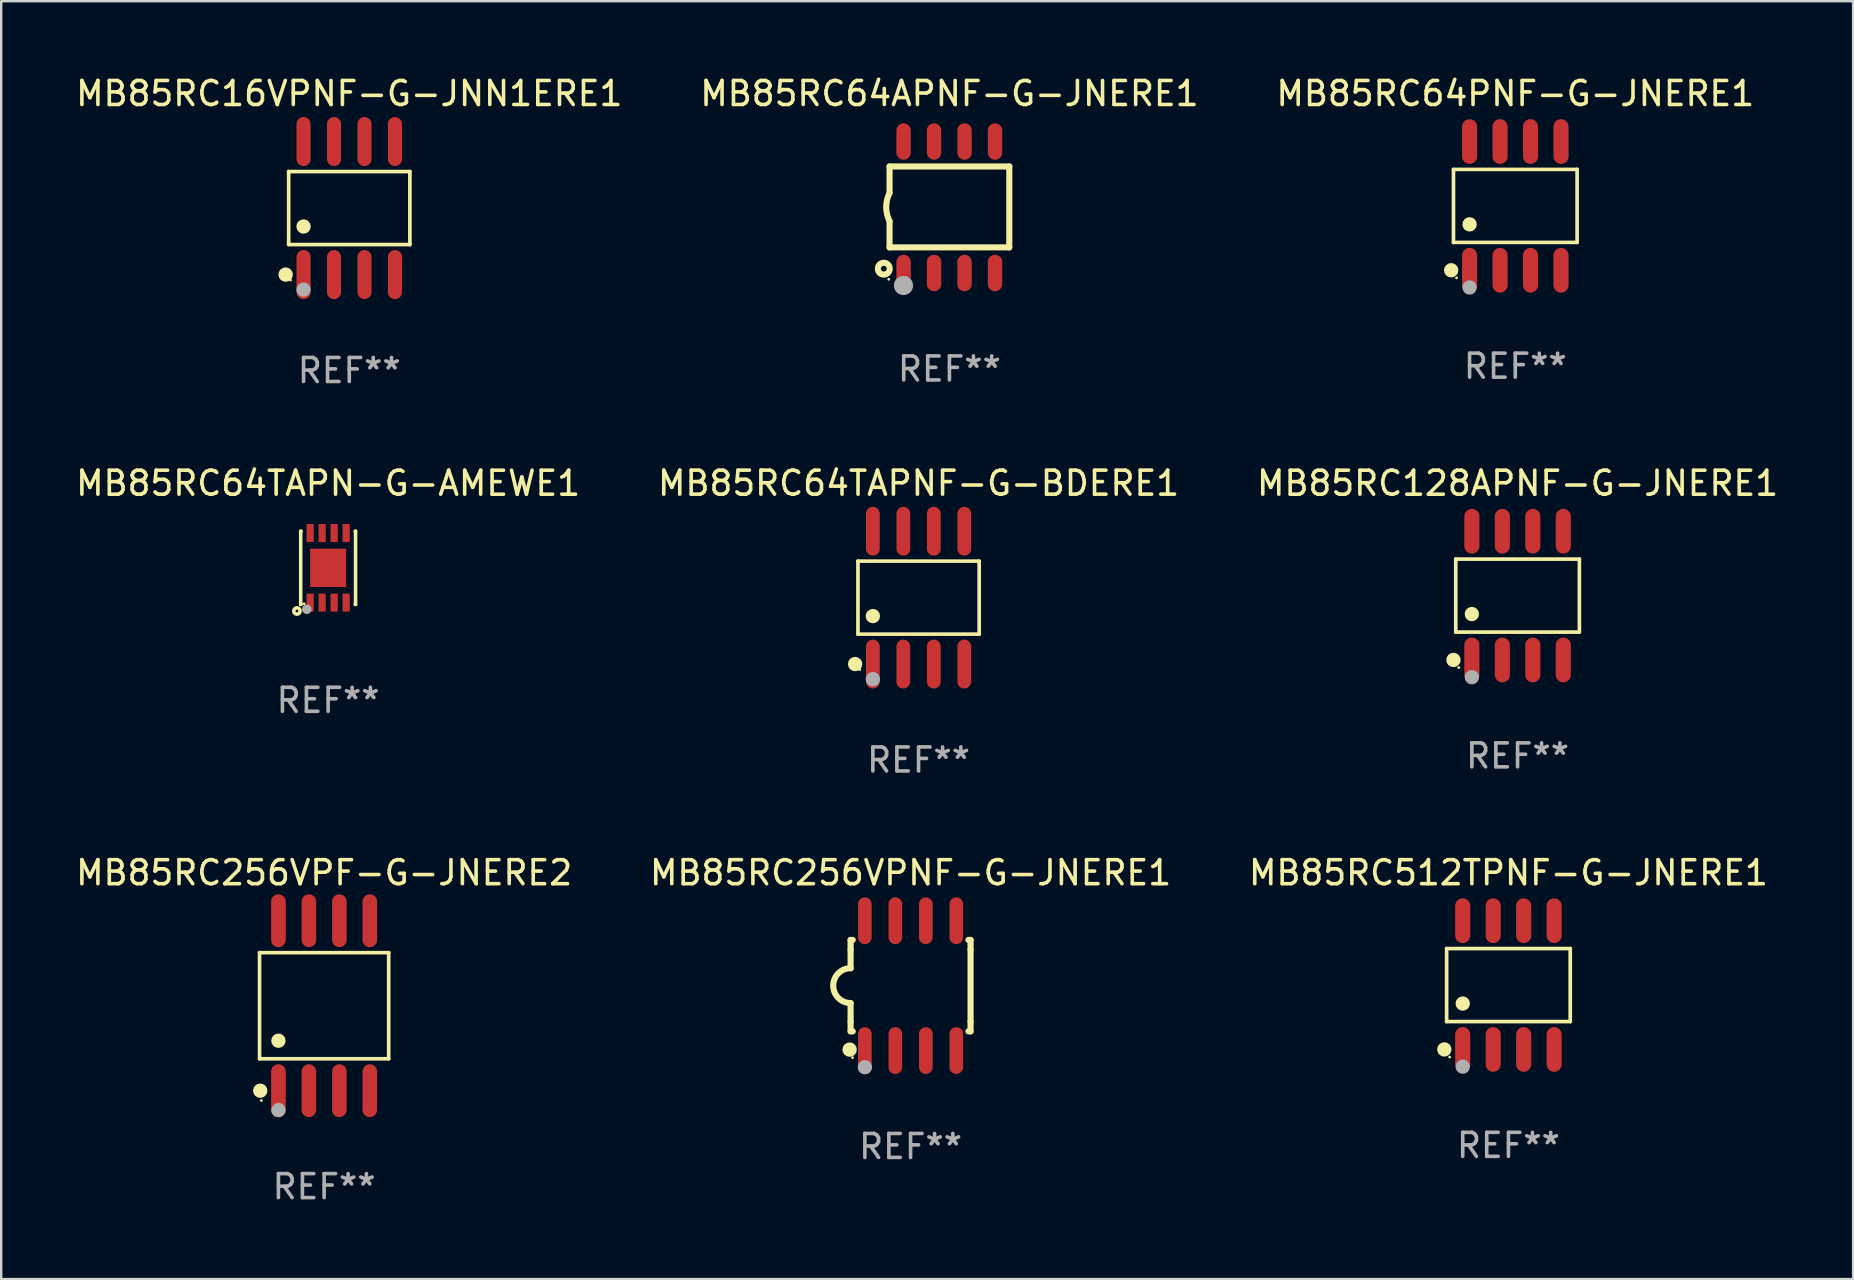
<source format=kicad_pcb>
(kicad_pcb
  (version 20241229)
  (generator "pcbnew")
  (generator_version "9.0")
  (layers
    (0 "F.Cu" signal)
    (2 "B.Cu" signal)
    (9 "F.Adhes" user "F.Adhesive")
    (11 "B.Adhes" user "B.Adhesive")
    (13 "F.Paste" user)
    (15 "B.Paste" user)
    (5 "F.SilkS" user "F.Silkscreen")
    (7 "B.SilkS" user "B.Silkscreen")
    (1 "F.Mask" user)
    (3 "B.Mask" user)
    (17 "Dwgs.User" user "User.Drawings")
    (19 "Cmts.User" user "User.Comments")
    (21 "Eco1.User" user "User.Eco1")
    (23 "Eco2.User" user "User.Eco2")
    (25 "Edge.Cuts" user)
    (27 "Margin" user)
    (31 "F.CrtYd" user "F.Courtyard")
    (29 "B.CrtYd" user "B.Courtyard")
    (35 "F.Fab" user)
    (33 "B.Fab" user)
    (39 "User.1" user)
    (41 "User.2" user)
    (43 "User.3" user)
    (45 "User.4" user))
  (footprint "MB85RC64PNF-G-JNERE1"
    (layer "F.Cu")
    (at 60.101 5.531)
    (property "Reference" "MB85RC64PNF-G-JNERE1" (at 0 -4.682 0) (layer "F.SilkS") (effects (font (size 1 1) (thickness 0.15))))
    (attr through_hole)
    (fp_line (start -2.576 -1.521) (end 2.576 -1.521) (stroke (width 0.152) (type solid)) (layer "F.SilkS"))
    (fp_line (start -2.576 1.521) (end -2.576 -1.521) (stroke (width 0.152) (type solid)) (layer "F.SilkS"))
    (fp_line (start 2.576 -1.521) (end 2.576 1.521) (stroke (width 0.152) (type solid)) (layer "F.SilkS"))
    (fp_line (start 2.576 1.521) (end -2.576 1.521) (stroke (width 0.152) (type solid)) (layer "F.SilkS"))
    (fp_circle (center -2.672 2.682) (end -2.522 2.682) (stroke (width 0.3) (type solid)) (fill no) (layer "F.SilkS"))
    (fp_circle (center -2.45 3) (end -2.42 3) (stroke (width 0.06) (type solid)) (fill no) (layer "F.SilkS"))
    (fp_circle (center -1.905 0.769) (end -1.755 0.769) (stroke (width 0.3) (type solid)) (fill no) (layer "F.SilkS"))
    (fp_circle (center -1.905 3.4) (end -1.755 3.4) (stroke (width 0.3) (type solid)) (fill no) (layer "F.Fab"))
    (fp_text user "REF**" (at 0 6.682 0) (layer "F.Fab") (effects (font (size 1 1) (thickness 0.15))))
    (pad "1" smd oval (at -1.905 2.682) (size 0.63 1.865) (layers "F.Cu" "F.Mask" "F.Paste"))
    (pad "2" smd oval (at -0.635 2.682) (size 0.63 1.865) (layers "F.Cu" "F.Mask" "F.Paste"))
    (pad "3" smd oval (at 0.635 2.682) (size 0.63 1.865) (layers "F.Cu" "F.Mask" "F.Paste"))
    (pad "4" smd oval (at 1.905 2.682) (size 0.63 1.865) (layers "F.Cu" "F.Mask" "F.Paste"))
    (pad "5" smd oval (at 1.905 -2.682) (size 0.63 1.865) (layers "F.Cu" "F.Mask" "F.Paste"))
    (pad "6" smd oval (at 0.635 -2.682) (size 0.63 1.865) (layers "F.Cu" "F.Mask" "F.Paste"))
    (pad "7" smd oval (at -0.635 -2.682) (size 0.63 1.865) (layers "F.Cu" "F.Mask" "F.Paste"))
    (pad "8" smd oval (at -1.905 -2.682) (size 0.63 1.865) (layers "F.Cu" "F.Mask" "F.Paste")))
  (footprint "MB85RC512TPNF-G-JNERE1"
    (layer "F.Cu")
    (at 59.815 38.004)
    (property "Reference" "MB85RC512TPNF-G-JNERE1" (at 0 -4.682 0) (layer "F.SilkS") (effects (font (size 1 1) (thickness 0.15))))
    (attr through_hole)
    (fp_line (start -2.576 -1.521) (end 2.576 -1.521) (stroke (width 0.152) (type solid)) (layer "F.SilkS"))
    (fp_line (start -2.576 1.521) (end -2.576 -1.521) (stroke (width 0.152) (type solid)) (layer "F.SilkS"))
    (fp_line (start 2.576 -1.521) (end 2.576 1.521) (stroke (width 0.152) (type solid)) (layer "F.SilkS"))
    (fp_line (start 2.576 1.521) (end -2.576 1.521) (stroke (width 0.152) (type solid)) (layer "F.SilkS"))
    (fp_circle (center -2.672 2.682) (end -2.522 2.682) (stroke (width 0.3) (type solid)) (fill no) (layer "F.SilkS"))
    (fp_circle (center -2.45 3) (end -2.42 3) (stroke (width 0.06) (type solid)) (fill no) (layer "F.SilkS"))
    (fp_circle (center -1.905 0.769) (end -1.755 0.769) (stroke (width 0.3) (type solid)) (fill no) (layer "F.SilkS"))
    (fp_circle (center -1.905 3.4) (end -1.755 3.4) (stroke (width 0.3) (type solid)) (fill no) (layer "F.Fab"))
    (fp_text user "REF**" (at 0 6.682 0) (layer "F.Fab") (effects (font (size 1 1) (thickness 0.15))))
    (pad "1" smd oval (at -1.905 2.682) (size 0.63 1.865) (layers "F.Cu" "F.Mask" "F.Paste"))
    (pad "2" smd oval (at -0.635 2.682) (size 0.63 1.865) (layers "F.Cu" "F.Mask" "F.Paste"))
    (pad "3" smd oval (at 0.635 2.682) (size 0.63 1.865) (layers "F.Cu" "F.Mask" "F.Paste"))
    (pad "4" smd oval (at 1.905 2.682) (size 0.63 1.865) (layers "F.Cu" "F.Mask" "F.Paste"))
    (pad "5" smd oval (at 1.905 -2.682) (size 0.63 1.865) (layers "F.Cu" "F.Mask" "F.Paste"))
    (pad "6" smd oval (at 0.635 -2.682) (size 0.63 1.865) (layers "F.Cu" "F.Mask" "F.Paste"))
    (pad "7" smd oval (at -0.635 -2.682) (size 0.63 1.865) (layers "F.Cu" "F.Mask" "F.Paste"))
    (pad "8" smd oval (at -1.905 -2.682) (size 0.63 1.865) (layers "F.Cu" "F.Mask" "F.Paste")))
  (footprint "MB85RC64TAPNF-G-BDERE1"
    (layer "F.Cu")
    (at 35.232 21.857)
    (property "Reference" "MB85RC64TAPNF-G-BDERE1" (at 0 -4.768 0) (layer "F.SilkS") (effects (font (size 1 1) (thickness 0.15))))
    (attr through_hole)
    (fp_line (start -2.526 -1.521) (end 2.526 -1.521) (stroke (width 0.152) (type solid)) (layer "F.SilkS"))
    (fp_line (start -2.526 1.521) (end -2.526 -1.521) (stroke (width 0.152) (type solid)) (layer "F.SilkS"))
    (fp_line (start 2.526 -1.521) (end 2.526 1.521) (stroke (width 0.152) (type solid)) (layer "F.SilkS"))
    (fp_line (start 2.526 1.521) (end -2.526 1.521) (stroke (width 0.152) (type solid)) (layer "F.SilkS"))
    (fp_circle (center -2.644 2.768) (end -2.494 2.768) (stroke (width 0.3) (type solid)) (fill no) (layer "F.SilkS"))
    (fp_circle (center -2.45 2.998) (end -2.42 2.998) (stroke (width 0.06) (type solid)) (fill no) (layer "F.SilkS"))
    (fp_circle (center -1.905 0.769) (end -1.755 0.769) (stroke (width 0.3) (type solid)) (fill no) (layer "F.SilkS"))
    (fp_circle (center -1.905 3.398) (end -1.755 3.398) (stroke (width 0.3) (type solid)) (fill no) (layer "F.Fab"))
    (fp_text user "REF**" (at 0 6.768 0) (layer "F.Fab") (effects (font (size 1 1) (thickness 0.15))))
    (pad "1" smd oval (at -1.905 2.768) (size 0.574 2.036) (layers "F.Cu" "F.Mask" "F.Paste"))
    (pad "2" smd oval (at -0.635 2.768) (size 0.574 2.036) (layers "F.Cu" "F.Mask" "F.Paste"))
    (pad "3" smd oval (at 0.635 2.768) (size 0.574 2.036) (layers "F.Cu" "F.Mask" "F.Paste"))
    (pad "4" smd oval (at 1.905 2.768) (size 0.574 2.036) (layers "F.Cu" "F.Mask" "F.Paste"))
    (pad "5" smd oval (at 1.905 -2.768) (size 0.574 2.036) (layers "F.Cu" "F.Mask" "F.Paste"))
    (pad "6" smd oval (at 0.635 -2.768) (size 0.574 2.036) (layers "F.Cu" "F.Mask" "F.Paste"))
    (pad "7" smd oval (at -0.635 -2.768) (size 0.574 2.036) (layers "F.Cu" "F.Mask" "F.Paste"))
    (pad "8" smd oval (at -1.905 -2.768) (size 0.574 2.036) (layers "F.Cu" "F.Mask" "F.Paste")))
  (footprint "MB85RC64TAPN-G-AMEWE1"
    (layer "F.Cu")
    (at 10.625 20.614)
    (property "Reference" "MB85RC64TAPN-G-AMEWE1" (at 0 -3.524 0) (layer "F.SilkS") (effects (font (size 1 1) (thickness 0.15))))
    (attr through_hole)
    (fp_line (start -1.143 -1.524) (end -1.143 1.524) (stroke (width 0.15) (type solid)) (layer "F.SilkS"))
    (fp_line (start -1.143 1.524) (end -1.129 1.524) (stroke (width 0.15) (type solid)) (layer "F.SilkS"))
    (fp_line (start -1.129 -1.524) (end -1.143 -1.524) (stroke (width 0.15) (type solid)) (layer "F.SilkS"))
    (fp_line (start 1.129 1.524) (end 1.143 1.524) (stroke (width 0.15) (type solid)) (layer "F.SilkS"))
    (fp_line (start 1.143 -1.524) (end 1.129 -1.524) (stroke (width 0.15) (type solid)) (layer "F.SilkS"))
    (fp_line (start 1.143 1.524) (end 1.143 -1.524) (stroke (width 0.15) (type solid)) (layer "F.SilkS"))
    (fp_circle (center -1.3 1.8) (end -1.243 1.8) (stroke (width 0.15) (type solid)) (fill no) (layer "F.SilkS"))
    (fp_circle (center -1 1.5) (end -0.97 1.5) (stroke (width 0.06) (type solid)) (fill no) (layer "F.SilkS"))
    (fp_circle (center -0.889 1.728) (end -0.789 1.728) (stroke (width 0.2) (type solid)) (fill no) (layer "F.Fab"))
    (fp_text user "REF**" (at 0 5.524 0) (layer "F.Fab") (effects (font (size 1 1) (thickness 0.15))))
    (pad "1" smd rect (at -0.75 1.45) (size 0.3 0.75) (layers "F.Cu" "F.Mask" "F.Paste"))
    (pad "2" smd rect (at -0.25 1.45) (size 0.3 0.75) (layers "F.Cu" "F.Mask" "F.Paste"))
    (pad "3" smd rect (at 0.25 1.45) (size 0.3 0.75) (layers "F.Cu" "F.Mask" "F.Paste"))
    (pad "4" smd rect (at 0.75 1.45) (size 0.3 0.75) (layers "F.Cu" "F.Mask" "F.Paste"))
    (pad "5" smd rect (at 0.75 -1.45) (size 0.3 0.75) (layers "F.Cu" "F.Mask" "F.Paste"))
    (pad "6" smd rect (at 0.25 -1.45) (size 0.3 0.75) (layers "F.Cu" "F.Mask" "F.Paste"))
    (pad "7" smd rect (at -0.25 -1.45) (size 0.3 0.75) (layers "F.Cu" "F.Mask" "F.Paste"))
    (pad "8" smd rect (at -0.75 -1.45) (size 0.3 0.75) (layers "F.Cu" "F.Mask" "F.Paste"))
    (pad "9" smd rect (at -0.000203 0.000457) (size 1.5 1.6) (layers "F.Cu" "F.Mask" "F.Paste")))
  (footprint "MB85RC64APNF-G-JNERE1"
    (layer "F.Cu")
    (at 36.518 5.588)
    (property "Reference" "MB85RC64APNF-G-JNERE1" (at 0 -4.74 0) (layer "F.SilkS") (effects (font (size 1 1) (thickness 0.15))))
    (attr through_hole)
    (fp_line (start -2.495 -1.7) (end 2.495 -1.7) (stroke (width 0.254) (type solid)) (layer "F.SilkS"))
    (fp_line (start -2.495 -0.6) (end -2.495 -1.7) (stroke (width 0.254) (type solid)) (layer "F.SilkS"))
    (fp_line (start -2.495 1.671) (end -2.495 0.58) (stroke (width 0.254) (type solid)) (layer "F.SilkS"))
    (fp_line (start 2.495 -1.7) (end 2.495 1.671) (stroke (width 0.254) (type solid)) (layer "F.SilkS"))
    (fp_line (start 2.495 1.671) (end -2.495 1.671) (stroke (width 0.254) (type solid)) (layer "F.SilkS"))
    (fp_arc (start -2.495009 0.580061) (mid -2.634112 -0.009944) (end -2.495009 -0.599949) (stroke (width 0.254001) (type solid)) (layer "F.SilkS"))
    (fp_circle (center -2.735 2.56) (end -2.615 2.56) (stroke (width 0.254) (type solid)) (fill no) (layer "F.SilkS"))
    (fp_circle (center -2.53 3) (end -2.5 3) (stroke (width 0.06) (type solid)) (fill no) (layer "F.SilkS"))
    (fp_circle (center -1.915 3.26) (end -1.715 3.26) (stroke (width 0.4) (type solid)) (fill no) (layer "F.Fab"))
    (fp_text user "REF**" (at 0 6.74 0) (layer "F.Fab") (effects (font (size 1 1) (thickness 0.15))))
    (pad "1" smd oval (at -1.91 2.74) (size 0.6 1.52) (layers "F.Cu" "F.Mask" "F.Paste"))
    (pad "2" smd oval (at -0.64 2.74) (size 0.6 1.52) (layers "F.Cu" "F.Mask" "F.Paste"))
    (pad "3" smd oval (at 0.63 2.74) (size 0.6 1.52) (layers "F.Cu" "F.Mask" "F.Paste"))
    (pad "4" smd oval (at 1.9 2.74) (size 0.6 1.52) (layers "F.Cu" "F.Mask" "F.Paste"))
    (pad "5" smd oval (at 1.9 -2.74) (size 0.6 1.52) (layers "F.Cu" "F.Mask" "F.Paste"))
    (pad "6" smd oval (at 0.63 -2.74) (size 0.6 1.52) (layers "F.Cu" "F.Mask" "F.Paste"))
    (pad "7" smd oval (at -0.64 -2.74) (size 0.6 1.52) (layers "F.Cu" "F.Mask" "F.Paste"))
    (pad "8" smd oval (at -1.91 -2.74) (size 0.6 1.52) (layers "F.Cu" "F.Mask" "F.Paste")))
  (footprint "MB85RC16VPNF-G-JNN1ERE1"
    (layer "F.Cu")
    (at 11.506 5.621)
    (property "Reference" "MB85RC16VPNF-G-JNN1ERE1" (at 0 -4.772 0) (layer "F.SilkS") (effects (font (size 1 1) (thickness 0.15))))
    (attr through_hole)
    (fp_line (start -2.526 -1.521) (end 2.526 -1.521) (stroke (width 0.152) (type solid)) (layer "F.SilkS"))
    (fp_line (start -2.526 1.521) (end -2.526 -1.521) (stroke (width 0.152) (type solid)) (layer "F.SilkS"))
    (fp_line (start 2.526 -1.521) (end 2.526 1.521) (stroke (width 0.152) (type solid)) (layer "F.SilkS"))
    (fp_line (start 2.526 1.521) (end -2.526 1.521) (stroke (width 0.152) (type solid)) (layer "F.SilkS"))
    (fp_circle (center -2.652 2.772) (end -2.501 2.772) (stroke (width 0.3) (type solid)) (fill no) (layer "F.SilkS"))
    (fp_circle (center -2.45 3) (end -2.42 3) (stroke (width 0.06) (type solid)) (fill no) (layer "F.SilkS"))
    (fp_circle (center -1.905 0.769) (end -1.755 0.769) (stroke (width 0.3) (type solid)) (fill no) (layer "F.SilkS"))
    (fp_circle (center -1.905 3.4) (end -1.755 3.4) (stroke (width 0.3) (type solid)) (fill no) (layer "F.Fab"))
    (fp_text user "REF**" (at 0 6.772 0) (layer "F.Fab") (effects (font (size 1 1) (thickness 0.15))))
    (pad "1" smd oval (at -1.905 2.772) (size 0.588 2.045) (layers "F.Cu" "F.Mask" "F.Paste"))
    (pad "2" smd oval (at -0.635 2.772) (size 0.588 2.045) (layers "F.Cu" "F.Mask" "F.Paste"))
    (pad "3" smd oval (at 0.635 2.772) (size 0.588 2.045) (layers "F.Cu" "F.Mask" "F.Paste"))
    (pad "4" smd oval (at 1.905 2.772) (size 0.588 2.045) (layers "F.Cu" "F.Mask" "F.Paste"))
    (pad "5" smd oval (at 1.905 -2.772) (size 0.588 2.045) (layers "F.Cu" "F.Mask" "F.Paste"))
    (pad "6" smd oval (at 0.635 -2.772) (size 0.588 2.045) (layers "F.Cu" "F.Mask" "F.Paste"))
    (pad "7" smd oval (at -0.635 -2.772) (size 0.588 2.045) (layers "F.Cu" "F.Mask" "F.Paste"))
    (pad "8" smd oval (at -1.905 -2.772) (size 0.588 2.045) (layers "F.Cu" "F.Mask" "F.Paste")))
  (footprint "MB85RC256VPF-G-JNERE2"
    (layer "F.Cu")
    (at 10.458 38.864)
    (property "Reference" "MB85RC256VPF-G-JNERE2" (at 0 -5.542 0) (layer "F.SilkS") (effects (font (size 1 1) (thickness 0.15))))
    (attr through_hole)
    (fp_line (start -2.691 -2.211) (end 2.691 -2.211) (stroke (width 0.152) (type solid)) (layer "F.SilkS"))
    (fp_line (start -2.691 2.211) (end -2.691 -2.211) (stroke (width 0.152) (type solid)) (layer "F.SilkS"))
    (fp_line (start 2.691 -2.211) (end 2.691 2.211) (stroke (width 0.152) (type solid)) (layer "F.SilkS"))
    (fp_line (start 2.691 2.211) (end -2.691 2.211) (stroke (width 0.152) (type solid)) (layer "F.SilkS"))
    (fp_circle (center -2.662 3.542) (end -2.512 3.542) (stroke (width 0.3) (type solid)) (fill no) (layer "F.SilkS"))
    (fp_circle (center -2.615 3.95) (end -2.585 3.95) (stroke (width 0.06) (type solid)) (fill no) (layer "F.SilkS"))
    (fp_circle (center -1.905 1.459) (end -1.755 1.459) (stroke (width 0.3) (type solid)) (fill no) (layer "F.SilkS"))
    (fp_circle (center -1.905 4.35) (end -1.755 4.35) (stroke (width 0.3) (type solid)) (fill no) (layer "F.Fab"))
    (fp_text user "REF**" (at 0 7.542 0) (layer "F.Fab") (effects (font (size 1 1) (thickness 0.15))))
    (pad "1" smd oval (at -1.905 3.542) (size 0.609 2.204) (layers "F.Cu" "F.Mask" "F.Paste"))
    (pad "2" smd oval (at -0.635 3.542) (size 0.609 2.204) (layers "F.Cu" "F.Mask" "F.Paste"))
    (pad "3" smd oval (at 0.635 3.542) (size 0.609 2.204) (layers "F.Cu" "F.Mask" "F.Paste"))
    (pad "4" smd oval (at 1.905 3.542) (size 0.609 2.204) (layers "F.Cu" "F.Mask" "F.Paste"))
    (pad "5" smd oval (at 1.905 -3.542) (size 0.609 2.204) (layers "F.Cu" "F.Mask" "F.Paste"))
    (pad "6" smd oval (at 0.635 -3.542) (size 0.609 2.204) (layers "F.Cu" "F.Mask" "F.Paste"))
    (pad "7" smd oval (at -0.635 -3.542) (size 0.609 2.204) (layers "F.Cu" "F.Mask" "F.Paste"))
    (pad "8" smd oval (at -1.905 -3.542) (size 0.609 2.204) (layers "F.Cu" "F.Mask" "F.Paste")))
  (footprint "MB85RC128APNF-G-JNERE1"
    (layer "F.Cu")
    (at 60.196 21.772)
    (property "Reference" "MB85RC128APNF-G-JNERE1" (at 0 -4.682 0) (layer "F.SilkS") (effects (font (size 1 1) (thickness 0.15))))
    (attr through_hole)
    (fp_line (start -2.576 -1.521) (end 2.576 -1.521) (stroke (width 0.152) (type solid)) (layer "F.SilkS"))
    (fp_line (start -2.576 1.521) (end -2.576 -1.521) (stroke (width 0.152) (type solid)) (layer "F.SilkS"))
    (fp_line (start 2.576 -1.521) (end 2.576 1.521) (stroke (width 0.152) (type solid)) (layer "F.SilkS"))
    (fp_line (start 2.576 1.521) (end -2.576 1.521) (stroke (width 0.152) (type solid)) (layer "F.SilkS"))
    (fp_circle (center -2.672 2.682) (end -2.522 2.682) (stroke (width 0.3) (type solid)) (fill no) (layer "F.SilkS"))
    (fp_circle (center -2.45 3) (end -2.42 3) (stroke (width 0.06) (type solid)) (fill no) (layer "F.SilkS"))
    (fp_circle (center -1.905 0.769) (end -1.755 0.769) (stroke (width 0.3) (type solid)) (fill no) (layer "F.SilkS"))
    (fp_circle (center -1.905 3.4) (end -1.755 3.4) (stroke (width 0.3) (type solid)) (fill no) (layer "F.Fab"))
    (fp_text user "REF**" (at 0 6.682 0) (layer "F.Fab") (effects (font (size 1 1) (thickness 0.15))))
    (pad "1" smd oval (at -1.905 2.682) (size 0.63 1.865) (layers "F.Cu" "F.Mask" "F.Paste"))
    (pad "2" smd oval (at -0.635 2.682) (size 0.63 1.865) (layers "F.Cu" "F.Mask" "F.Paste"))
    (pad "3" smd oval (at 0.635 2.682) (size 0.63 1.865) (layers "F.Cu" "F.Mask" "F.Paste"))
    (pad "4" smd oval (at 1.905 2.682) (size 0.63 1.865) (layers "F.Cu" "F.Mask" "F.Paste"))
    (pad "5" smd oval (at 1.905 -2.682) (size 0.63 1.865) (layers "F.Cu" "F.Mask" "F.Paste"))
    (pad "6" smd oval (at 0.635 -2.682) (size 0.63 1.865) (layers "F.Cu" "F.Mask" "F.Paste"))
    (pad "7" smd oval (at -0.635 -2.682) (size 0.63 1.865) (layers "F.Cu" "F.Mask" "F.Paste"))
    (pad "8" smd oval (at -1.905 -2.682) (size 0.63 1.865) (layers "F.Cu" "F.Mask" "F.Paste")))
  (footprint "MB85RC256VPNF-G-JNERE1"
    (layer "F.Cu")
    (at 34.899 38.027)
    (property "Reference" "MB85RC256VPNF-G-JNERE1" (at 0 -4.705 0) (layer "F.SilkS") (effects (font (size 1 1) (thickness 0.15))))
    (attr through_hole)
    (fp_line (start -2.5 -1.905) (end -2.409 -1.905) (stroke (width 0.254) (type solid)) (layer "F.SilkS"))
    (fp_line (start -2.5 -1.5) (end -2.5 -1.905) (stroke (width 0.254) (type solid)) (layer "F.SilkS"))
    (fp_line (start -2.5 -1.5) (end -2.5 -0.726) (stroke (width 0.254) (type solid)) (layer "F.SilkS"))
    (fp_line (start -2.5 1.5) (end -2.5 0.727) (stroke (width 0.254) (type solid)) (layer "F.SilkS"))
    (fp_line (start -2.5 1.5) (end -2.5 1.905) (stroke (width 0.254) (type solid)) (layer "F.SilkS"))
    (fp_line (start -2.5 1.905) (end -2.409 1.905) (stroke (width 0.254) (type solid)) (layer "F.SilkS"))
    (fp_line (start 2.5 -1.905) (end 2.409 -1.905) (stroke (width 0.254) (type solid)) (layer "F.SilkS"))
    (fp_line (start 2.5 -1.5) (end 2.5 -1.905) (stroke (width 0.254) (type solid)) (layer "F.SilkS"))
    (fp_line (start 2.5 -1.5) (end 2.5 1.5) (stroke (width 0.254) (type solid)) (layer "F.SilkS"))
    (fp_line (start 2.5 1.5) (end 2.5 1.905) (stroke (width 0.254) (type solid)) (layer "F.SilkS"))
    (fp_line (start 2.5 1.905) (end 2.409 1.905) (stroke (width 0.254) (type solid)) (layer "F.SilkS"))
    (fp_arc (start -2.5 0.726568) (mid -3.220316 -0.0023) (end -2.495097 -0.726289) (stroke (width 0.254001) (type solid)) (layer "F.SilkS"))
    (fp_circle (center -2.54 2.667) (end -2.39 2.667) (stroke (width 0.3) (type solid)) (fill no) (layer "F.SilkS"))
    (fp_circle (center -2.42 3) (end -2.39 3) (stroke (width 0.06) (type solid)) (fill no) (layer "F.SilkS"))
    (fp_circle (center -1.905 3.4) (end -1.755 3.4) (stroke (width 0.3) (type solid)) (fill no) (layer "F.Fab"))
    (fp_text user "REF**" (at 0 6.705 0) (layer "F.Fab") (effects (font (size 1 1) (thickness 0.15))))
    (pad "1" smd oval (at -1.905 2.705) (size 0.568 1.95) (layers "F.Cu" "F.Mask" "F.Paste"))
    (pad "2" smd oval (at -0.635 2.705) (size 0.568 1.95) (layers "F.Cu" "F.Mask" "F.Paste"))
    (pad "3" smd oval (at 0.635 2.705) (size 0.568 1.95) (layers "F.Cu" "F.Mask" "F.Paste"))
    (pad "4" smd oval (at 1.905 2.705) (size 0.568 1.95) (layers "F.Cu" "F.Mask" "F.Paste"))
    (pad "5" smd oval (at 1.905 -2.705) (size 0.568 1.95) (layers "F.Cu" "F.Mask" "F.Paste"))
    (pad "6" smd oval (at 0.635 -2.705) (size 0.568 1.95) (layers "F.Cu" "F.Mask" "F.Paste"))
    (pad "7" smd oval (at -0.635 -2.705) (size 0.568 1.95) (layers "F.Cu" "F.Mask" "F.Paste"))
    (pad "8" smd oval (at -1.905 -2.705) (size 0.568 1.95) (layers "F.Cu" "F.Mask" "F.Paste")))
  (gr_rect
    (start -3 -3)
    (end 74.179 50.255)
    (stroke (width 0.1) (type default))
    (fill no)
    (layer "Edge.Cuts")))
</source>
